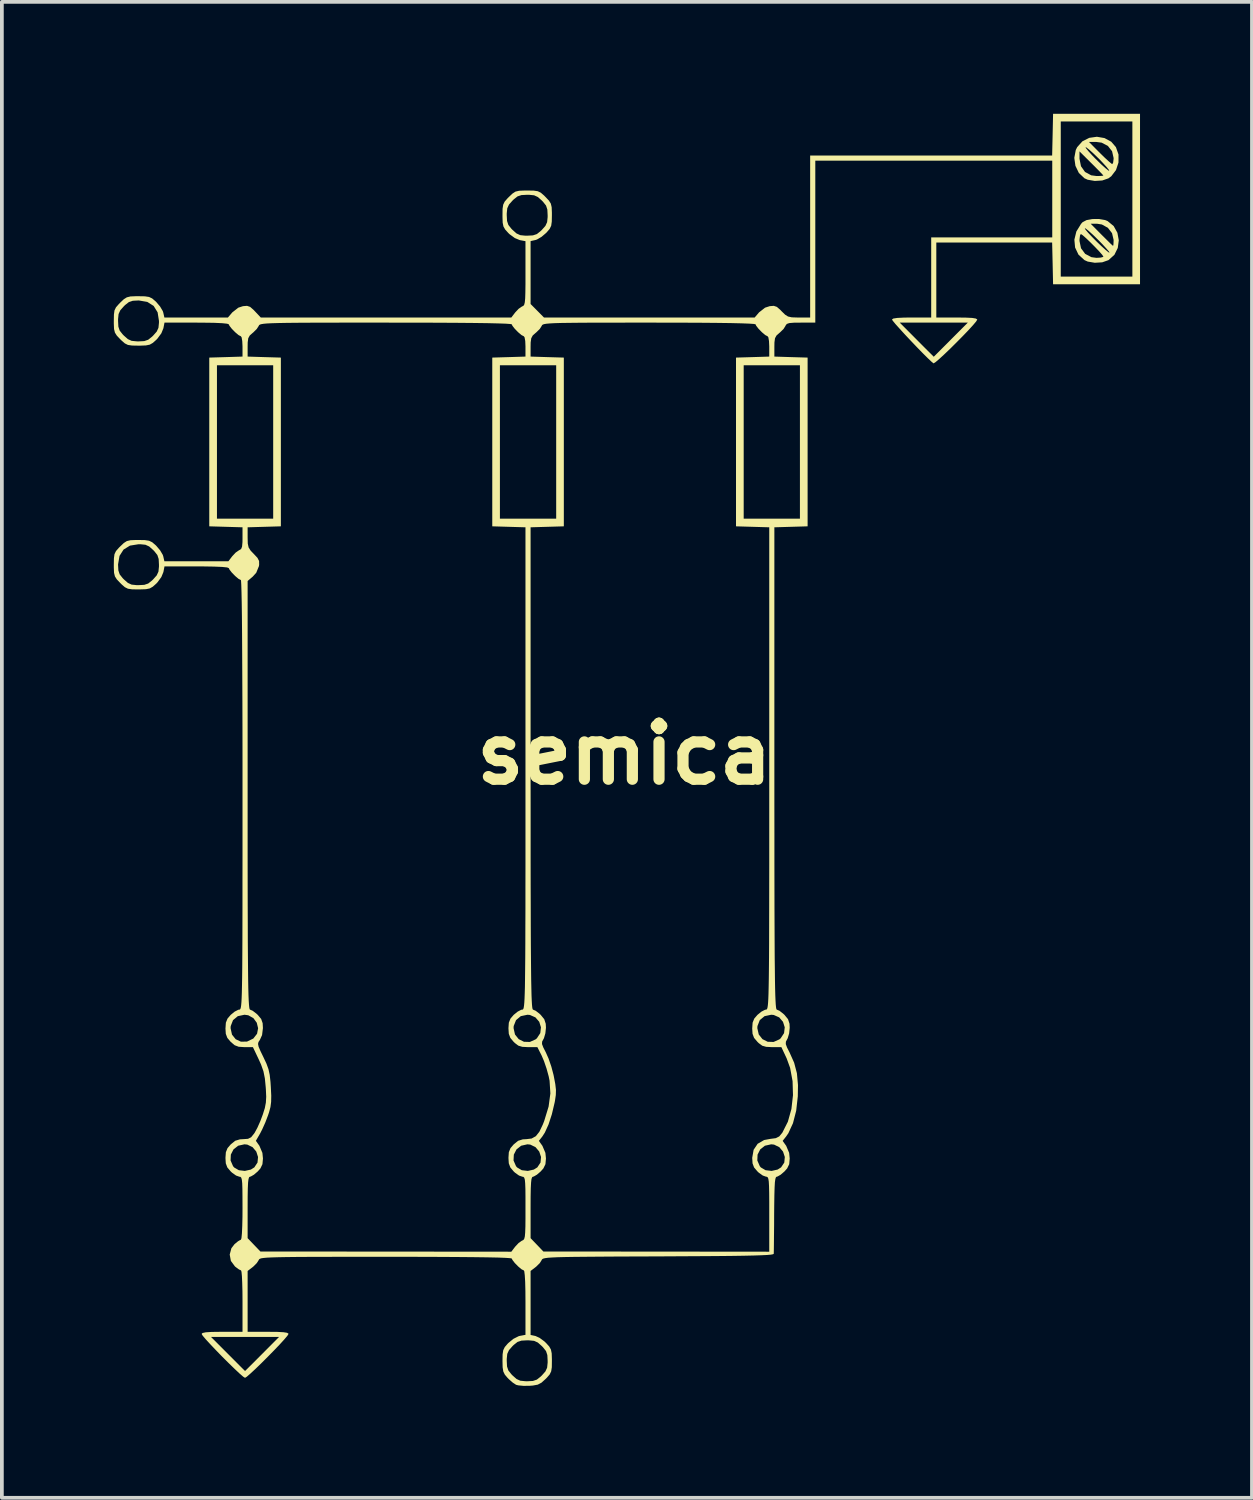
<source format=kicad_pcb>
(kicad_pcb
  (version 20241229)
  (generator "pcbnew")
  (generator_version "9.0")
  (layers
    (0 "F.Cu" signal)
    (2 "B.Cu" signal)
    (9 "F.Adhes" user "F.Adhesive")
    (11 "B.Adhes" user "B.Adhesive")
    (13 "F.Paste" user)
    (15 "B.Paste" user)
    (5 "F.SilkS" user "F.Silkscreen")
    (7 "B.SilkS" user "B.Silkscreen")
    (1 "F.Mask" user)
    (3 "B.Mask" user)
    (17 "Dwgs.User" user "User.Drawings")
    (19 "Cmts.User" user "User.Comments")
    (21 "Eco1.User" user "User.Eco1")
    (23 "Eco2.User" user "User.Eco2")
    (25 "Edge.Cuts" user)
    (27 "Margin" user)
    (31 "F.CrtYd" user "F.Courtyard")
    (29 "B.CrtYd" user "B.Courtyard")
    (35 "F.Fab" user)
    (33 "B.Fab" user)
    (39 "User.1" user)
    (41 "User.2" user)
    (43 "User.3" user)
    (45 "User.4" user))
  (footprint "semica"
    (layer "F.Cu")
    (at 13.682 17.154)
    (property "Reference" "semica" (at 0 0 0) (layer "F.SilkS") (effects (font (size 1.5 1.5) (thickness 0.3))))
    (attr board_only exclude_from_pos_files exclude_from_bom)
    (fp_poly (pts (xy 12.867 -16.504) (xy 13.048 -16.406) (xy 13.173 -16.261) (xy 13.243 -16.063) (xy 13.242 -15.848) (xy 13.175 -15.646) (xy 13.049 -15.481) (xy 12.972 -15.424) (xy 12.806 -15.367) (xy 12.607 -15.355) (xy 12.418 -15.387) (xy 12.329 -15.427) (xy 12.18 -15.569) (xy 12.088 -15.76) (xy 12.061 -15.95) (xy 12.197 -15.95) (xy 12.237 -15.749) (xy 12.345 -15.596) (xy 12.511 -15.506) (xy 12.651 -15.487) (xy 12.767 -15.489) (xy 12.832 -15.496) (xy 12.837 -15.499) (xy 12.807 -15.535) (xy 12.725 -15.62) (xy 12.607 -15.74) (xy 12.517 -15.829) (xy 12.197 -16.147) (xy 12.197 -15.95) (xy 12.061 -15.95) (xy 12.058 -15.974) (xy 12.097 -16.183) (xy 12.135 -16.261) (xy 12.137 -16.263) (xy 12.36 -16.263) (xy 12.37 -16.234) (xy 12.434 -16.154) (xy 12.541 -16.037) (xy 12.631 -15.944) (xy 12.771 -15.807) (xy 12.889 -15.7) (xy 12.97 -15.636) (xy 12.994 -15.624) (xy 12.984 -15.653) (xy 12.92 -15.733) (xy 12.813 -15.85) (xy 12.723 -15.944) (xy 12.583 -16.08) (xy 12.465 -16.187) (xy 12.384 -16.251) (xy 12.36 -16.263) (xy 12.137 -16.263) (xy 12.26 -16.4) (xy 12.451 -16.4) (xy 12.746 -16.103) (xy 12.879 -15.973) (xy 12.989 -15.872) (xy 13.06 -15.814) (xy 13.076 -15.806) (xy 13.099 -15.847) (xy 13.111 -15.946) (xy 13.111 -15.97) (xy 13.07 -16.151) (xy 12.957 -16.294) (xy 12.79 -16.381) (xy 12.648 -16.4) (xy 12.451 -16.4) (xy 12.26 -16.4) (xy 12.275 -16.417) (xy 12.459 -16.51) (xy 12.663 -16.539)) (stroke (width 0) (type solid)) (fill yes) (layer "F.SilkS"))
    (fp_poly (pts (xy 12.883 -14.307) (xy 12.95 -14.28) (xy 13.113 -14.146) (xy 13.213 -13.966) (xy 13.25 -13.764) (xy 13.223 -13.56) (xy 13.133 -13.376) (xy 12.977 -13.235) (xy 12.972 -13.232) (xy 12.806 -13.174) (xy 12.607 -13.162) (xy 12.418 -13.194) (xy 12.329 -13.234) (xy 12.169 -13.381) (xy 12.079 -13.571) (xy 12.063 -13.747) (xy 12.197 -13.747) (xy 12.238 -13.551) (xy 12.349 -13.401) (xy 12.517 -13.312) (xy 12.651 -13.294) (xy 12.767 -13.301) (xy 12.832 -13.319) (xy 12.837 -13.327) (xy 12.807 -13.374) (xy 12.727 -13.465) (xy 12.617 -13.581) (xy 12.495 -13.704) (xy 12.378 -13.816) (xy 12.285 -13.898) (xy 12.235 -13.933) (xy 12.233 -13.933) (xy 12.211 -13.893) (xy 12.198 -13.791) (xy 12.197 -13.747) (xy 12.063 -13.747) (xy 12.06 -13.783) (xy 12.113 -14) (xy 12.168 -14.089) (xy 12.338 -14.089) (xy 12.358 -14.05) (xy 12.429 -13.966) (xy 12.535 -13.853) (xy 12.659 -13.728) (xy 12.784 -13.608) (xy 12.895 -13.508) (xy 12.974 -13.444) (xy 13.002 -13.431) (xy 12.988 -13.461) (xy 12.92 -13.541) (xy 12.811 -13.66) (xy 12.701 -13.772) (xy 12.56 -13.91) (xy 12.443 -14.016) (xy 12.364 -14.079) (xy 12.338 -14.089) (xy 12.168 -14.089) (xy 12.239 -14.205) (xy 12.242 -14.208) (xy 12.497 -14.208) (xy 12.791 -13.911) (xy 12.922 -13.781) (xy 13.025 -13.679) (xy 13.087 -13.622) (xy 13.098 -13.614) (xy 13.107 -13.654) (xy 13.111 -13.753) (xy 13.111 -13.777) (xy 13.069 -13.955) (xy 12.958 -14.099) (xy 12.797 -14.188) (xy 12.671 -14.208) (xy 12.497 -14.208) (xy 12.242 -14.208) (xy 12.279 -14.249) (xy 12.385 -14.305) (xy 12.544 -14.334) (xy 12.721 -14.335)) (stroke (width 0) (type solid)) (fill yes) (layer "F.SilkS"))
    (fp_poly (pts (xy 13.819 -14.87) (xy 13.819 -12.586) (xy 12.654 -12.586) (xy 11.489 -12.586) (xy 11.477 -13.145) (xy 11.464 -13.705) (xy 9.912 -13.705) (xy 8.36 -13.705) (xy 8.36 -12.7) (xy 8.36 -11.695) (xy 8.908 -11.695) (xy 9.155 -11.692) (xy 9.321 -11.684) (xy 9.417 -11.668) (xy 9.455 -11.645) (xy 9.456 -11.637) (xy 9.426 -11.587) (xy 9.342 -11.488) (xy 9.219 -11.353) (xy 9.067 -11.195) (xy 8.901 -11.027) (xy 8.733 -10.86) (xy 8.574 -10.708) (xy 8.439 -10.584) (xy 8.339 -10.499) (xy 8.288 -10.467) (xy 8.285 -10.467) (xy 8.233 -10.509) (xy 8.134 -10.603) (xy 8 -10.736) (xy 7.845 -10.895) (xy 7.682 -11.066) (xy 7.522 -11.236) (xy 7.379 -11.393) (xy 7.264 -11.521) (xy 7.234 -11.558) (xy 7.38 -11.558) (xy 7.835 -11.101) (xy 7.998 -10.937) (xy 8.135 -10.8) (xy 8.236 -10.7) (xy 8.287 -10.648) (xy 8.292 -10.644) (xy 8.323 -10.675) (xy 8.406 -10.758) (xy 8.532 -10.884) (xy 8.687 -11.039) (xy 8.748 -11.101) (xy 9.204 -11.558) (xy 8.292 -11.558) (xy 7.38 -11.558) (xy 7.234 -11.558) (xy 7.192 -11.609) (xy 7.172 -11.642) (xy 7.206 -11.667) (xy 7.313 -11.684) (xy 7.498 -11.693) (xy 7.698 -11.695) (xy 8.223 -11.695) (xy 8.223 -12.769) (xy 8.223 -13.842) (xy 9.845 -13.842) (xy 11.467 -13.842) (xy 11.467 -14.87) (xy 11.695 -14.87) (xy 11.695 -12.791) (xy 12.654 -12.791) (xy 13.614 -12.791) (xy 13.614 -14.87) (xy 13.614 -16.949) (xy 12.654 -16.949) (xy 11.695 -16.949) (xy 11.695 -14.87) (xy 11.467 -14.87) (xy 11.467 -15.898) (xy 8.292 -15.898) (xy 5.117 -15.898) (xy 5.117 -13.728) (xy 5.117 -11.558) (xy 4.731 -11.558) (xy 4.54 -11.556) (xy 4.421 -11.546) (xy 4.356 -11.524) (xy 4.325 -11.488) (xy 4.319 -11.472) (xy 4.266 -11.388) (xy 4.171 -11.295) (xy 4.156 -11.283) (xy 4.078 -11.214) (xy 4.037 -11.14) (xy 4.022 -11.028) (xy 4.02 -10.913) (xy 4.02 -10.648) (xy 4.466 -10.634) (xy 4.911 -10.621) (xy 4.911 -8.36) (xy 4.911 -6.099) (xy 4.466 -6.086) (xy 4.02 -6.073) (xy 4.02 0.39) (xy 4.02 1.299) (xy 4.021 2.12) (xy 4.021 2.859) (xy 4.022 3.519) (xy 4.023 4.105) (xy 4.025 4.62) (xy 4.027 5.069) (xy 4.029 5.456) (xy 4.033 5.785) (xy 4.036 6.062) (xy 4.04 6.288) (xy 4.045 6.47) (xy 4.051 6.611) (xy 4.057 6.715) (xy 4.064 6.787) (xy 4.072 6.831) (xy 4.081 6.85) (xy 4.085 6.853) (xy 4.156 6.883) (xy 4.254 6.959) (xy 4.291 6.993) (xy 4.386 7.109) (xy 4.426 7.231) (xy 4.431 7.337) (xy 4.416 7.489) (xy 4.378 7.618) (xy 4.363 7.646) (xy 4.329 7.711) (xy 4.326 7.776) (xy 4.36 7.868) (xy 4.426 7.998) (xy 4.55 8.275) (xy 4.624 8.557) (xy 4.653 8.874) (xy 4.648 9.176) (xy 4.605 9.562) (xy 4.519 9.896) (xy 4.395 10.165) (xy 4.335 10.252) (xy 4.242 10.37) (xy 4.337 10.503) (xy 4.416 10.691) (xy 4.431 10.842) (xy 4.418 10.995) (xy 4.363 11.108) (xy 4.291 11.189) (xy 4.19 11.276) (xy 4.105 11.325) (xy 4.085 11.329) (xy 4.063 11.343) (xy 4.047 11.39) (xy 4.034 11.48) (xy 4.026 11.625) (xy 4.02 11.833) (xy 4.016 12.117) (xy 4.014 12.335) (xy 4.013 12.631) (xy 4.01 12.898) (xy 4.008 13.121) (xy 4.006 13.287) (xy 4.004 13.382) (xy 4.003 13.397) (xy 3.984 13.408) (xy 3.926 13.419) (xy 3.823 13.428) (xy 3.671 13.435) (xy 3.463 13.442) (xy 3.195 13.448) (xy 2.862 13.453) (xy 2.457 13.457) (xy 1.975 13.46) (xy 1.412 13.463) (xy 0.905 13.466) (xy 0.298 13.468) (xy -0.224 13.47) (xy -0.668 13.473) (xy -1.039 13.476) (xy -1.345 13.479) (xy -1.592 13.483) (xy -1.787 13.488) (xy -1.935 13.495) (xy -2.043 13.502) (xy -2.119 13.512) (xy -2.167 13.523) (xy -2.195 13.536) (xy -2.209 13.551) (xy -2.214 13.562) (xy -2.267 13.646) (xy -2.362 13.74) (xy -2.377 13.752) (xy -2.513 13.856) (xy -2.513 14.713) (xy -2.513 15.571) (xy -2.382 15.599) (xy -2.272 15.649) (xy -2.145 15.742) (xy -2.097 15.788) (xy -2.014 15.88) (xy -1.968 15.962) (xy -1.947 16.065) (xy -1.942 16.222) (xy -1.942 16.265) (xy -1.944 16.436) (xy -1.961 16.546) (xy -2.001 16.629) (xy -2.076 16.716) (xy -2.111 16.751) (xy -2.221 16.85) (xy -2.321 16.903) (xy -2.452 16.927) (xy -2.545 16.934) (xy -2.706 16.935) (xy -2.842 16.922) (xy -2.901 16.907) (xy -2.99 16.849) (xy -3.099 16.753) (xy -3.129 16.722) (xy -3.203 16.635) (xy -3.244 16.551) (xy -3.262 16.439) (xy -3.266 16.268) (xy -3.266 16.263) (xy -3.152 16.263) (xy -3.144 16.417) (xy -3.109 16.522) (xy -3.029 16.623) (xy -2.997 16.656) (xy -2.89 16.751) (xy -2.789 16.797) (xy -2.654 16.811) (xy -2.604 16.812) (xy -2.451 16.804) (xy -2.345 16.768) (xy -2.244 16.688) (xy -2.211 16.656) (xy -2.116 16.549) (xy -2.07 16.449) (xy -2.056 16.313) (xy -2.056 16.263) (xy -2.064 16.11) (xy -2.099 16.004) (xy -2.179 15.903) (xy -2.211 15.87) (xy -2.318 15.775) (xy -2.418 15.729) (xy -2.554 15.716) (xy -2.604 15.715) (xy -2.757 15.723) (xy -2.863 15.758) (xy -2.964 15.838) (xy -2.997 15.87) (xy -3.092 15.978) (xy -3.138 16.078) (xy -3.152 16.214) (xy -3.152 16.263) (xy -3.266 16.263) (xy -3.266 16.263) (xy -3.263 16.092) (xy -3.246 15.98) (xy -3.205 15.896) (xy -3.13 15.808) (xy -3.109 15.787) (xy -2.973 15.675) (xy -2.832 15.604) (xy -2.801 15.596) (xy -2.65 15.568) (xy -2.65 14.705) (xy -2.652 14.398) (xy -2.658 14.15) (xy -2.669 13.969) (xy -2.682 13.865) (xy -2.694 13.842) (xy -2.756 13.811) (xy -2.846 13.735) (xy -2.937 13.642) (xy -3.001 13.559) (xy -3.015 13.524) (xy -3.056 13.514) (xy -3.18 13.505) (xy -3.387 13.497) (xy -3.68 13.491) (xy -4.058 13.486) (xy -4.524 13.482) (xy -5.078 13.479) (xy -5.721 13.477) (xy -6.393 13.477) (xy -7.029 13.477) (xy -7.58 13.477) (xy -8.052 13.478) (xy -8.451 13.479) (xy -8.784 13.481) (xy -9.056 13.484) (xy -9.273 13.488) (xy -9.443 13.493) (xy -9.571 13.499) (xy -9.662 13.507) (xy -9.725 13.516) (xy -9.763 13.528) (xy -9.785 13.541) (xy -9.795 13.556) (xy -9.797 13.562) (xy -9.851 13.646) (xy -9.945 13.74) (xy -9.96 13.752) (xy -10.096 13.856) (xy -10.096 14.671) (xy -10.096 15.487) (xy -9.548 15.487) (xy -9.301 15.489) (xy -9.135 15.498) (xy -9.039 15.513) (xy -9.001 15.537) (xy -9 15.544) (xy -9.031 15.594) (xy -9.115 15.693) (xy -9.24 15.83) (xy -9.393 15.99) (xy -9.56 16.16) (xy -9.729 16.329) (xy -9.887 16.482) (xy -10.022 16.607) (xy -10.119 16.691) (xy -10.166 16.72) (xy -10.215 16.689) (xy -10.313 16.604) (xy -10.448 16.477) (xy -10.606 16.323) (xy -10.775 16.155) (xy -10.941 15.984) (xy -11.093 15.824) (xy -11.217 15.689) (xy -11.272 15.624) (xy -11.077 15.624) (xy -10.621 16.081) (xy -10.458 16.244) (xy -10.321 16.382) (xy -10.221 16.482) (xy -10.169 16.533) (xy -10.165 16.537) (xy -10.134 16.507) (xy -10.05 16.423) (xy -9.924 16.298) (xy -9.769 16.142) (xy -9.708 16.081) (xy -9.253 15.624) (xy -10.165 15.624) (xy -11.077 15.624) (xy -11.272 15.624) (xy -11.3 15.591) (xy -11.329 15.543) (xy -11.303 15.518) (xy -11.216 15.5) (xy -11.059 15.49) (xy -10.823 15.487) (xy -10.781 15.487) (xy -10.233 15.487) (xy -10.233 14.664) (xy -10.235 14.402) (xy -10.241 14.174) (xy -10.249 13.995) (xy -10.26 13.88) (xy -10.272 13.842) (xy -10.329 13.815) (xy -10.42 13.748) (xy -10.437 13.733) (xy -10.545 13.587) (xy -10.576 13.416) (xy -10.531 13.247) (xy -10.447 13.138) (xy -10.354 13.061) (xy -10.285 13.021) (xy -10.276 13.02) (xy -10.261 12.976) (xy -10.249 12.851) (xy -10.24 12.655) (xy -10.234 12.399) (xy -10.233 12.175) (xy -10.234 11.877) (xy -10.236 11.66) (xy -10.241 11.508) (xy -10.251 11.412) (xy -10.266 11.358) (xy -10.288 11.335) (xy -10.318 11.33) (xy -10.321 11.329) (xy -10.406 11.299) (xy -10.514 11.222) (xy -10.549 11.189) (xy -10.64 11.082) (xy -10.681 10.972) (xy -10.686 10.895) (xy -10.553 10.895) (xy -10.487 11.047) (xy -10.458 11.082) (xy -10.332 11.156) (xy -10.171 11.175) (xy -10.009 11.139) (xy -9.916 11.08) (xy -9.831 10.951) (xy -9.817 10.802) (xy -9.864 10.657) (xy -9.963 10.539) (xy -10.104 10.47) (xy -10.181 10.462) (xy -10.35 10.5) (xy -10.475 10.599) (xy -10.546 10.738) (xy -10.553 10.895) (xy -10.686 10.895) (xy -10.69 10.827) (xy -10.679 10.674) (xy -10.635 10.565) (xy -10.549 10.465) (xy -10.429 10.367) (xy -10.302 10.329) (xy -10.215 10.324) (xy -10.086 10.315) (xy -10.002 10.273) (xy -9.924 10.176) (xy -9.908 10.153) (xy -9.835 10.019) (xy -9.755 9.839) (xy -9.689 9.663) (xy -9.635 9.491) (xy -9.607 9.345) (xy -9.598 9.189) (xy -9.607 8.986) (xy -9.611 8.933) (xy -9.634 8.695) (xy -9.672 8.506) (xy -9.736 8.325) (xy -9.797 8.189) (xy -9.954 7.858) (xy -10.182 7.858) (xy -10.335 7.848) (xy -10.443 7.807) (xy -10.547 7.719) (xy -10.549 7.717) (xy -10.64 7.61) (xy -10.681 7.5) (xy -10.69 7.355) (xy -10.689 7.349) (xy -10.553 7.349) (xy -10.515 7.522) (xy -10.416 7.646) (xy -10.275 7.712) (xy -10.112 7.709) (xy -9.948 7.63) (xy -9.942 7.626) (xy -9.843 7.499) (xy -9.815 7.351) (xy -9.851 7.204) (xy -9.941 7.081) (xy -10.078 7.004) (xy -10.181 6.99) (xy -10.359 7.028) (xy -10.487 7.134) (xy -10.549 7.293) (xy -10.553 7.349) (xy -10.689 7.349) (xy -10.679 7.202) (xy -10.635 7.093) (xy -10.549 6.993) (xy -10.443 6.906) (xy -10.345 6.856) (xy -10.321 6.853) (xy -10.308 6.851) (xy -10.297 6.843) (xy -10.286 6.823) (xy -10.277 6.788) (xy -10.269 6.733) (xy -10.262 6.652) (xy -10.256 6.541) (xy -10.251 6.395) (xy -10.247 6.21) (xy -10.243 5.981) (xy -10.24 5.704) (xy -10.238 5.373) (xy -10.236 4.983) (xy -10.235 4.531) (xy -10.234 4.012) (xy -10.234 3.42) (xy -10.233 2.751) (xy -10.233 2.001) (xy -10.233 1.164) (xy -10.233 1.096) (xy -10.233 0.191) (xy -10.234 -0.644) (xy -10.236 -1.405) (xy -10.239 -2.091) (xy -10.242 -2.701) (xy -10.245 -3.231) (xy -10.249 -3.681) (xy -10.254 -4.049) (xy -10.26 -4.332) (xy -10.266 -4.529) (xy -10.272 -4.637) (xy -10.277 -4.66) (xy -10.339 -4.691) (xy -10.429 -4.767) (xy -10.52 -4.86) (xy -10.584 -4.943) (xy -10.599 -4.978) (xy -10.644 -4.997) (xy -10.778 -5.011) (xy -10.998 -5.02) (xy -11.303 -5.025) (xy -11.461 -5.025) (xy -12.324 -5.025) (xy -12.353 -4.874) (xy -12.408 -4.74) (xy -12.512 -4.598) (xy -12.543 -4.565) (xy -12.636 -4.482) (xy -12.718 -4.435) (xy -12.821 -4.414) (xy -12.976 -4.409) (xy -13.022 -4.408) (xy -13.192 -4.411) (xy -13.303 -4.427) (xy -13.386 -4.468) (xy -13.473 -4.544) (xy -13.51 -4.581) (xy -13.601 -4.677) (xy -13.652 -4.757) (xy -13.676 -4.854) (xy -13.682 -5) (xy -13.682 -5.071) (xy -13.568 -5.071) (xy -13.56 -4.917) (xy -13.525 -4.812) (xy -13.445 -4.711) (xy -13.413 -4.678) (xy -13.305 -4.583) (xy -13.205 -4.537) (xy -13.069 -4.523) (xy -13.02 -4.523) (xy -12.866 -4.531) (xy -12.761 -4.566) (xy -12.66 -4.646) (xy -12.627 -4.678) (xy -12.532 -4.785) (xy -12.486 -4.885) (xy -12.472 -5.021) (xy -12.472 -5.071) (xy -12.48 -5.224) (xy -12.515 -5.33) (xy -12.595 -5.431) (xy -12.627 -5.464) (xy -12.734 -5.559) (xy -12.834 -5.605) (xy -12.97 -5.619) (xy -13.02 -5.619) (xy -13.249 -5.582) (xy -13.421 -5.476) (xy -13.529 -5.307) (xy -13.568 -5.079) (xy -13.568 -5.071) (xy -13.682 -5.071) (xy -13.679 -5.242) (xy -13.664 -5.353) (xy -13.624 -5.436) (xy -13.548 -5.523) (xy -13.51 -5.561) (xy -13.414 -5.652) (xy -13.333 -5.704) (xy -13.235 -5.727) (xy -13.089 -5.733) (xy -13.022 -5.733) (xy -12.85 -5.73) (xy -12.738 -5.713) (xy -12.654 -5.673) (xy -12.567 -5.599) (xy -12.545 -5.578) (xy -12.442 -5.457) (xy -12.37 -5.335) (xy -12.356 -5.292) (xy -12.327 -5.162) (xy -11.47 -5.162) (xy -10.612 -5.162) (xy -10.508 -5.298) (xy -10.416 -5.396) (xy -10.328 -5.457) (xy -10.319 -5.461) (xy -10.271 -5.49) (xy -10.245 -5.555) (xy -10.234 -5.676) (xy -10.233 -5.78) (xy -10.233 -6.073) (xy -10.679 -6.086) (xy -11.124 -6.099) (xy -11.124 -8.36) (xy -10.918 -8.36) (xy -10.918 -6.304) (xy -10.165 -6.304) (xy -9.411 -6.304) (xy -9.411 -8.36) (xy -9.411 -10.416) (xy -10.165 -10.416) (xy -10.918 -10.416) (xy -10.918 -8.36) (xy -11.124 -8.36) (xy -11.124 -10.621) (xy -10.679 -10.634) (xy -10.233 -10.648) (xy -10.233 -10.913) (xy -10.096 -10.913) (xy -10.096 -10.648) (xy -9.651 -10.634) (xy -9.205 -10.621) (xy -9.205 -8.36) (xy -9.205 -6.099) (xy -9.651 -6.086) (xy -10.096 -6.073) (xy -10.096 -5.796) (xy -10.092 -5.636) (xy -10.069 -5.532) (xy -10.014 -5.446) (xy -9.931 -5.36) (xy -9.832 -5.254) (xy -9.789 -5.17) (xy -9.787 -5.073) (xy -9.792 -5.035) (xy -9.865 -4.855) (xy -9.958 -4.752) (xy -10.096 -4.634) (xy -10.096 1.109) (xy -10.096 1.964) (xy -10.096 2.731) (xy -10.095 3.416) (xy -10.094 4.023) (xy -10.092 4.557) (xy -10.091 5.021) (xy -10.088 5.421) (xy -10.085 5.761) (xy -10.082 6.045) (xy -10.078 6.278) (xy -10.073 6.464) (xy -10.067 6.608) (xy -10.06 6.714) (xy -10.053 6.787) (xy -10.045 6.831) (xy -10.036 6.85) (xy -10.031 6.853) (xy -9.961 6.883) (xy -9.862 6.959) (xy -9.825 6.993) (xy -9.733 7.103) (xy -9.693 7.217) (xy -9.686 7.347) (xy -9.709 7.535) (xy -9.768 7.665) (xy -9.805 7.72) (xy -9.817 7.773) (xy -9.802 7.846) (xy -9.753 7.961) (xy -9.675 8.122) (xy -9.591 8.301) (xy -9.537 8.45) (xy -9.504 8.602) (xy -9.483 8.792) (xy -9.474 8.931) (xy -9.463 9.158) (xy -9.466 9.325) (xy -9.484 9.463) (xy -9.522 9.605) (xy -9.549 9.685) (xy -9.621 9.874) (xy -9.704 10.06) (xy -9.763 10.175) (xy -9.875 10.368) (xy -9.78 10.502) (xy -9.7 10.692) (xy -9.685 10.842) (xy -9.699 10.995) (xy -9.753 11.108) (xy -9.825 11.189) (xy -9.926 11.276) (xy -10.011 11.325) (xy -10.031 11.329) (xy -10.055 11.343) (xy -10.072 11.393) (xy -10.084 11.488) (xy -10.091 11.642) (xy -10.095 11.865) (xy -10.096 12.153) (xy -10.096 12.977) (xy -9.925 13.156) (xy -9.753 13.335) (xy -6.391 13.337) (xy -3.029 13.34) (xy -2.925 13.204) (xy -2.833 13.106) (xy -2.745 13.044) (xy -2.735 13.041) (xy -2.705 13.025) (xy -2.683 12.993) (xy -2.667 12.93) (xy -2.658 12.826) (xy -2.652 12.666) (xy -2.65 12.438) (xy -2.65 12.172) (xy -2.65 11.875) (xy -2.652 11.658) (xy -2.658 11.507) (xy -2.667 11.411) (xy -2.683 11.358) (xy -2.705 11.335) (xy -2.735 11.33) (xy -2.737 11.329) (xy -2.823 11.299) (xy -2.931 11.222) (xy -2.966 11.189) (xy -3.056 11.082) (xy -3.097 10.972) (xy -3.102 10.895) (xy -2.97 10.895) (xy -2.904 11.047) (xy -2.874 11.082) (xy -2.749 11.156) (xy -2.587 11.175) (xy -2.426 11.139) (xy -2.332 11.08) (xy -2.247 10.951) (xy -2.233 10.802) (xy -2.281 10.657) (xy -2.38 10.539) (xy -2.52 10.47) (xy -2.598 10.462) (xy -2.766 10.5) (xy -2.891 10.599) (xy -2.962 10.738) (xy -2.97 10.895) (xy -3.102 10.895) (xy -3.106 10.827) (xy -3.096 10.674) (xy -3.052 10.565) (xy -2.966 10.465) (xy -2.847 10.368) (xy -2.721 10.329) (xy -2.627 10.324) (xy -2.485 10.307) (xy -2.373 10.245) (xy -2.278 10.126) (xy -2.187 9.936) (xy -2.148 9.837) (xy -2.03 9.45) (xy -1.983 9.098) (xy -2.004 8.759) (xy -2.028 8.641) (xy -2.084 8.436) (xy -2.154 8.231) (xy -2.218 8.081) (xy -2.331 7.858) (xy -2.578 7.858) (xy -2.735 7.85) (xy -2.841 7.818) (xy -2.934 7.748) (xy -2.966 7.717) (xy -3.056 7.61) (xy -3.097 7.5) (xy -3.106 7.355) (xy -3.106 7.349) (xy -2.969 7.349) (xy -2.931 7.519) (xy -2.831 7.644) (xy -2.691 7.714) (xy -2.533 7.719) (xy -2.379 7.65) (xy -2.344 7.621) (xy -2.253 7.482) (xy -2.235 7.327) (xy -2.281 7.179) (xy -2.383 7.061) (xy -2.53 6.996) (xy -2.598 6.99) (xy -2.776 7.028) (xy -2.903 7.134) (xy -2.966 7.293) (xy -2.969 7.349) (xy -3.106 7.349) (xy -3.096 7.202) (xy -3.052 7.093) (xy -2.966 6.993) (xy -2.859 6.906) (xy -2.762 6.856) (xy -2.737 6.853) (xy -2.725 6.851) (xy -2.714 6.843) (xy -2.704 6.825) (xy -2.696 6.792) (xy -2.688 6.739) (xy -2.681 6.662) (xy -2.675 6.557) (xy -2.67 6.42) (xy -2.665 6.245) (xy -2.662 6.028) (xy -2.659 5.766) (xy -2.656 5.453) (xy -2.654 5.085) (xy -2.653 4.658) (xy -2.651 4.167) (xy -2.651 3.607) (xy -2.65 2.976) (xy -2.65 2.267) (xy -2.65 1.476) (xy -2.65 0.6) (xy -2.65 0.39) (xy -2.65 -6.073) (xy -3.095 -6.086) (xy -3.54 -6.099) (xy -3.54 -8.36) (xy -3.335 -8.36) (xy -3.335 -6.304) (xy -2.581 -6.304) (xy -1.827 -6.304) (xy -1.827 -8.36) (xy -1.827 -10.416) (xy -2.581 -10.416) (xy -3.335 -10.416) (xy -3.335 -8.36) (xy -3.54 -8.36) (xy -3.54 -10.621) (xy -3.095 -10.634) (xy -2.65 -10.648) (xy -2.65 -10.913) (xy -2.513 -10.913) (xy -2.513 -10.648) (xy -2.067 -10.634) (xy -1.622 -10.621) (xy -1.622 -8.36) (xy -1.622 -6.099) (xy -2.067 -6.086) (xy -2.513 -6.073) (xy -2.513 0.39) (xy -2.512 1.299) (xy -2.512 2.12) (xy -2.512 2.859) (xy -2.511 3.519) (xy -2.509 4.105) (xy -2.508 4.62) (xy -2.506 5.069) (xy -2.503 5.456) (xy -2.5 5.785) (xy -2.497 6.062) (xy -2.492 6.288) (xy -2.488 6.47) (xy -2.482 6.611) (xy -2.476 6.715) (xy -2.469 6.787) (xy -2.461 6.831) (xy -2.452 6.85) (xy -2.448 6.853) (xy -2.377 6.883) (xy -2.278 6.959) (xy -2.242 6.993) (xy -2.147 7.109) (xy -2.107 7.231) (xy -2.101 7.337) (xy -2.117 7.489) (xy -2.155 7.618) (xy -2.17 7.646) (xy -2.204 7.71) (xy -2.207 7.775) (xy -2.172 7.867) (xy -2.105 7.998) (xy -2.031 8.165) (xy -1.957 8.38) (xy -1.898 8.602) (xy -1.89 8.641) (xy -1.851 8.848) (xy -1.833 9.003) (xy -1.837 9.142) (xy -1.86 9.299) (xy -1.87 9.349) (xy -1.943 9.657) (xy -2.032 9.93) (xy -2.131 10.148) (xy -2.198 10.252) (xy -2.291 10.37) (xy -2.196 10.503) (xy -2.116 10.691) (xy -2.101 10.842) (xy -2.115 10.995) (xy -2.17 11.108) (xy -2.242 11.189) (xy -2.343 11.276) (xy -2.427 11.325) (xy -2.448 11.329) (xy -2.471 11.343) (xy -2.489 11.393) (xy -2.5 11.488) (xy -2.508 11.642) (xy -2.512 11.865) (xy -2.513 12.153) (xy -2.513 12.977) (xy -2.341 13.156) (xy -2.17 13.335) (xy 0.857 13.337) (xy 3.883 13.34) (xy 3.883 12.335) (xy 3.883 12.007) (xy 3.881 11.759) (xy 3.877 11.581) (xy 3.87 11.46) (xy 3.858 11.385) (xy 3.841 11.346) (xy 3.818 11.332) (xy 3.795 11.329) (xy 3.71 11.299) (xy 3.602 11.222) (xy 3.567 11.189) (xy 3.476 11.082) (xy 3.435 10.972) (xy 3.431 10.895) (xy 3.563 10.895) (xy 3.629 11.047) (xy 3.658 11.082) (xy 3.784 11.156) (xy 3.946 11.175) (xy 4.107 11.139) (xy 4.2 11.08) (xy 4.286 10.951) (xy 4.3 10.802) (xy 4.252 10.657) (xy 4.153 10.539) (xy 4.012 10.47) (xy 3.935 10.462) (xy 3.766 10.5) (xy 3.641 10.599) (xy 3.57 10.738) (xy 3.563 10.895) (xy 3.431 10.895) (xy 3.426 10.827) (xy 3.464 10.609) (xy 3.572 10.448) (xy 3.746 10.347) (xy 3.917 10.316) (xy 4.059 10.297) (xy 4.15 10.251) (xy 4.229 10.156) (xy 4.237 10.144) (xy 4.382 9.856) (xy 4.477 9.515) (xy 4.519 9.145) (xy 4.508 8.77) (xy 4.442 8.414) (xy 4.35 8.161) (xy 4.208 7.858) (xy 3.958 7.858) (xy 3.8 7.85) (xy 3.695 7.82) (xy 3.602 7.751) (xy 3.567 7.717) (xy 3.476 7.61) (xy 3.435 7.5) (xy 3.426 7.355) (xy 3.427 7.349) (xy 3.563 7.349) (xy 3.602 7.519) (xy 3.701 7.644) (xy 3.841 7.714) (xy 3.999 7.719) (xy 4.154 7.65) (xy 4.189 7.621) (xy 4.28 7.482) (xy 4.298 7.327) (xy 4.251 7.179) (xy 4.15 7.061) (xy 4.003 6.996) (xy 3.935 6.99) (xy 3.757 7.028) (xy 3.629 7.134) (xy 3.567 7.293) (xy 3.563 7.349) (xy 3.427 7.349) (xy 3.437 7.202) (xy 3.481 7.093) (xy 3.567 6.993) (xy 3.674 6.906) (xy 3.771 6.856) (xy 3.795 6.853) (xy 3.807 6.851) (xy 3.818 6.843) (xy 3.828 6.825) (xy 3.837 6.792) (xy 3.845 6.739) (xy 3.852 6.662) (xy 3.858 6.557) (xy 3.863 6.42) (xy 3.867 6.245) (xy 3.871 6.028) (xy 3.874 5.766) (xy 3.877 5.453) (xy 3.879 5.085) (xy 3.88 4.658) (xy 3.881 4.167) (xy 3.882 3.607) (xy 3.883 2.976) (xy 3.883 2.267) (xy 3.883 1.476) (xy 3.883 0.6) (xy 3.883 0.39) (xy 3.883 -6.073) (xy 3.438 -6.086) (xy 2.992 -6.099) (xy 2.992 -8.36) (xy 3.198 -8.36) (xy 3.198 -6.304) (xy 3.952 -6.304) (xy 4.705 -6.304) (xy 4.705 -8.36) (xy 4.705 -10.416) (xy 3.952 -10.416) (xy 3.198 -10.416) (xy 3.198 -8.36) (xy 2.992 -8.36) (xy 2.992 -10.621) (xy 3.438 -10.634) (xy 3.883 -10.648) (xy 3.883 -10.92) (xy 3.876 -11.064) (xy 3.859 -11.163) (xy 3.839 -11.192) (xy 3.777 -11.224) (xy 3.687 -11.3) (xy 3.596 -11.393) (xy 3.532 -11.475) (xy 3.518 -11.511) (xy 3.476 -11.522) (xy 3.351 -11.531) (xy 3.14 -11.539) (xy 2.844 -11.546) (xy 2.46 -11.551) (xy 1.989 -11.555) (xy 1.429 -11.557) (xy 0.778 -11.558) (xy 0.665 -11.558) (xy 0.084 -11.558) (xy -0.412 -11.557) (xy -0.831 -11.557) (xy -1.179 -11.555) (xy -1.462 -11.552) (xy -1.687 -11.549) (xy -1.861 -11.544) (xy -1.991 -11.537) (xy -2.084 -11.529) (xy -2.145 -11.519) (xy -2.183 -11.507) (xy -2.203 -11.492) (xy -2.213 -11.476) (xy -2.214 -11.472) (xy -2.267 -11.388) (xy -2.362 -11.295) (xy -2.377 -11.283) (xy -2.455 -11.214) (xy -2.495 -11.14) (xy -2.511 -11.028) (xy -2.513 -10.913) (xy -2.65 -10.913) (xy -2.65 -10.92) (xy -2.656 -11.064) (xy -2.674 -11.163) (xy -2.694 -11.192) (xy -2.756 -11.224) (xy -2.846 -11.3) (xy -2.937 -11.393) (xy -3.001 -11.475) (xy -3.015 -11.511) (xy -3.056 -11.521) (xy -3.18 -11.53) (xy -3.387 -11.537) (xy -3.68 -11.544) (xy -4.058 -11.549) (xy -4.524 -11.553) (xy -5.078 -11.556) (xy -5.721 -11.557) (xy -6.393 -11.558) (xy -7.029 -11.558) (xy -7.58 -11.558) (xy -8.052 -11.557) (xy -8.451 -11.556) (xy -8.784 -11.554) (xy -9.056 -11.551) (xy -9.273 -11.547) (xy -9.443 -11.542) (xy -9.571 -11.536) (xy -9.662 -11.528) (xy -9.725 -11.518) (xy -9.763 -11.507) (xy -9.785 -11.494) (xy -9.795 -11.479) (xy -9.797 -11.472) (xy -9.851 -11.388) (xy -9.945 -11.295) (xy -9.96 -11.283) (xy -10.038 -11.214) (xy -10.079 -11.14) (xy -10.094 -11.028) (xy -10.096 -10.913) (xy -10.233 -10.913) (xy -10.233 -10.92) (xy -10.24 -11.064) (xy -10.257 -11.163) (xy -10.277 -11.192) (xy -10.339 -11.224) (xy -10.429 -11.3) (xy -10.52 -11.393) (xy -10.584 -11.475) (xy -10.599 -11.511) (xy -10.644 -11.529) (xy -10.778 -11.543) (xy -10.998 -11.553) (xy -11.303 -11.557) (xy -11.461 -11.558) (xy -12.324 -11.558) (xy -12.353 -11.407) (xy -12.408 -11.272) (xy -12.512 -11.131) (xy -12.543 -11.098) (xy -12.636 -11.015) (xy -12.718 -10.968) (xy -12.821 -10.947) (xy -12.976 -10.941) (xy -13.022 -10.941) (xy -13.192 -10.944) (xy -13.303 -10.96) (xy -13.386 -11.001) (xy -13.473 -11.077) (xy -13.51 -11.113) (xy -13.601 -11.209) (xy -13.652 -11.29) (xy -13.676 -11.387) (xy -13.682 -11.533) (xy -13.682 -11.604) (xy -13.568 -11.604) (xy -13.56 -11.45) (xy -13.525 -11.345) (xy -13.445 -11.244) (xy -13.413 -11.211) (xy -13.305 -11.116) (xy -13.205 -11.07) (xy -13.069 -11.056) (xy -13.02 -11.055) (xy -12.866 -11.063) (xy -12.761 -11.099) (xy -12.66 -11.179) (xy -12.627 -11.211) (xy -12.532 -11.318) (xy -12.486 -11.418) (xy -12.472 -11.554) (xy -12.472 -11.604) (xy -12.508 -11.833) (xy -12.614 -12.005) (xy -12.784 -12.113) (xy -13.011 -12.152) (xy -13.02 -12.152) (xy -13.173 -12.144) (xy -13.279 -12.108) (xy -13.38 -12.029) (xy -13.413 -11.996) (xy -13.508 -11.889) (xy -13.554 -11.789) (xy -13.568 -11.653) (xy -13.568 -11.604) (xy -13.682 -11.604) (xy -13.679 -11.774) (xy -13.664 -11.885) (xy -13.624 -11.968) (xy -13.548 -12.055) (xy -13.51 -12.094) (xy -13.414 -12.185) (xy -13.333 -12.236) (xy -13.235 -12.26) (xy -13.089 -12.266) (xy -13.022 -12.266) (xy -12.85 -12.263) (xy -12.738 -12.246) (xy -12.654 -12.206) (xy -12.567 -12.132) (xy -12.545 -12.111) (xy -12.442 -11.99) (xy -12.37 -11.868) (xy -12.356 -11.825) (xy -12.327 -11.695) (xy -11.476 -11.695) (xy -10.624 -11.695) (xy -10.506 -11.833) (xy -10.345 -11.959) (xy -10.221 -11.999) (xy -10.112 -12.008) (xy -10.029 -11.98) (xy -9.937 -11.9) (xy -9.899 -11.86) (xy -9.743 -11.695) (xy -6.386 -11.695) (xy -3.029 -11.695) (xy -2.925 -11.831) (xy -2.833 -11.929) (xy -2.745 -11.99) (xy -2.735 -11.994) (xy -2.705 -12.009) (xy -2.683 -12.041) (xy -2.668 -12.103) (xy -2.658 -12.207) (xy -2.653 -12.365) (xy -2.65 -12.59) (xy -2.65 -12.881) (xy -2.65 -13.741) (xy -2.801 -13.769) (xy -2.935 -13.824) (xy -3.077 -13.928) (xy -3.109 -13.959) (xy -3.193 -14.052) (xy -3.24 -14.134) (xy -3.261 -14.237) (xy -3.266 -14.392) (xy -3.266 -14.436) (xy -3.152 -14.436) (xy -3.144 -14.283) (xy -3.109 -14.177) (xy -3.029 -14.076) (xy -2.997 -14.043) (xy -2.89 -13.948) (xy -2.789 -13.902) (xy -2.654 -13.888) (xy -2.604 -13.888) (xy -2.451 -13.896) (xy -2.345 -13.931) (xy -2.244 -14.011) (xy -2.211 -14.043) (xy -2.116 -14.15) (xy -2.07 -14.25) (xy -2.056 -14.386) (xy -2.056 -14.436) (xy -2.064 -14.589) (xy -2.099 -14.695) (xy -2.179 -14.796) (xy -2.211 -14.829) (xy -2.318 -14.924) (xy -2.418 -14.97) (xy -2.554 -14.984) (xy -2.604 -14.984) (xy -2.757 -14.976) (xy -2.863 -14.941) (xy -2.964 -14.861) (xy -2.997 -14.829) (xy -3.092 -14.722) (xy -3.138 -14.622) (xy -3.152 -14.486) (xy -3.152 -14.436) (xy -3.266 -14.436) (xy -3.266 -14.438) (xy -3.264 -14.608) (xy -3.247 -14.719) (xy -3.207 -14.802) (xy -3.131 -14.889) (xy -3.094 -14.926) (xy -2.998 -15.017) (xy -2.918 -15.069) (xy -2.82 -15.092) (xy -2.675 -15.098) (xy -2.604 -15.098) (xy -2.433 -15.096) (xy -2.322 -15.08) (xy -2.239 -15.04) (xy -2.152 -14.965) (xy -2.114 -14.926) (xy -2.023 -14.83) (xy -1.971 -14.749) (xy -1.948 -14.651) (xy -1.942 -14.505) (xy -1.942 -14.438) (xy -1.945 -14.266) (xy -1.961 -14.154) (xy -2.002 -14.07) (xy -2.076 -13.983) (xy -2.097 -13.961) (xy -2.218 -13.858) (xy -2.34 -13.786) (xy -2.382 -13.772) (xy -2.513 -13.743) (xy -2.513 -12.9) (xy -2.513 -12.057) (xy -2.333 -11.876) (xy -2.154 -11.695) (xy 0.669 -11.695) (xy 3.492 -11.695) (xy 3.61 -11.833) (xy 3.771 -11.959) (xy 3.895 -11.999) (xy 4.004 -12.008) (xy 4.087 -11.98) (xy 4.179 -11.9) (xy 4.217 -11.86) (xy 4.308 -11.771) (xy 4.386 -11.722) (xy 4.486 -11.7) (xy 4.638 -11.695) (xy 4.677 -11.695) (xy 4.979 -11.695) (xy 4.979 -13.865) (xy 4.979 -16.035) (xy 8.222 -16.035) (xy 11.464 -16.035) (xy 11.477 -16.595) (xy 11.489 -17.154) (xy 12.654 -17.154) (xy 13.819 -17.154)) (stroke (width 0) (type solid)) (fill yes) (layer "F.SilkS")))
  (gr_rect
    (start -3 -3)
    (end 30.501 37.089)
    (stroke (width 0.1) (type default))
    (fill no)
    (layer "Edge.Cuts")))
</source>
